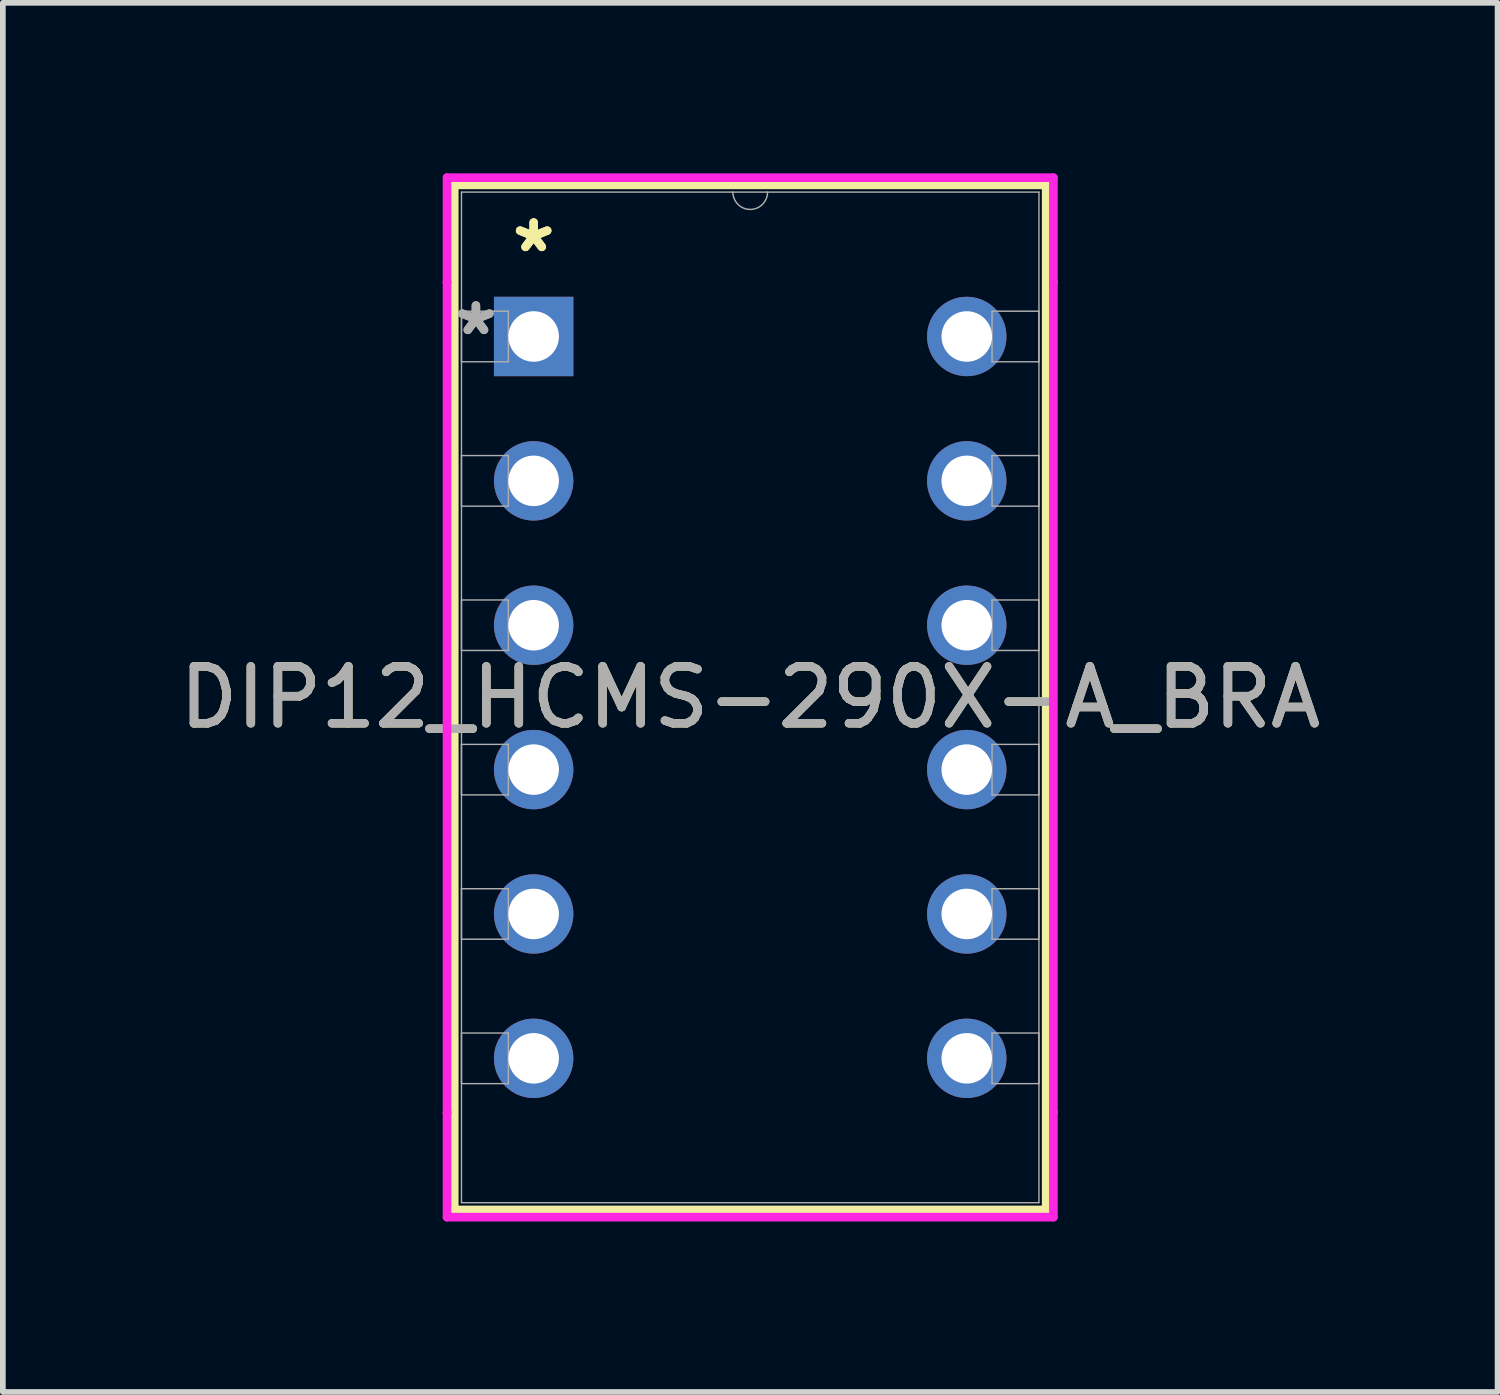
<source format=kicad_pcb>
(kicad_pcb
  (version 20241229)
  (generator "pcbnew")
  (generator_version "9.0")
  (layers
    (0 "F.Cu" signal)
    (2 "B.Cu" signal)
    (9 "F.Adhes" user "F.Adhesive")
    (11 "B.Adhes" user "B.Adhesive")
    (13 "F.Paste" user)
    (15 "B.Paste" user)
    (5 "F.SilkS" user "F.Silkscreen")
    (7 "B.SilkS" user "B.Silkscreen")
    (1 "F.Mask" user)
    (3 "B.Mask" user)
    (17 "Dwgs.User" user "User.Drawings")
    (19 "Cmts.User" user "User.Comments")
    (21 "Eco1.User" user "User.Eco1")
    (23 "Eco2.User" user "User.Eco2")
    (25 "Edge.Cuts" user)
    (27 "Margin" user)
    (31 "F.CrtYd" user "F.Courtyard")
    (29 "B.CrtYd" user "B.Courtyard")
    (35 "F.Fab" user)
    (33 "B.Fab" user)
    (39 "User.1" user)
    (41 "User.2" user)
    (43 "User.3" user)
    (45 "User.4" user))
  (footprint "DIP12_HCMS-290X-A_BRA"
    (layer "F.Cu")
    (at 6.339 2.87)
    (property "Reference" "DIP12_HCMS-290X-A_BRA" (at 3.81 6.35 0) (unlocked yes) (layer "F.SilkS") (effects (font (size 1 1) (thickness 0.15))))
    (attr through_hole)
    (fp_line (start -1.397 -2.667) (end -1.397 15.367) (stroke (width 0.152) (type solid)) (layer "F.SilkS"))
    (fp_line (start -1.397 15.367) (end 9.017 15.367) (stroke (width 0.152) (type solid)) (layer "F.SilkS"))
    (fp_line (start 9.017 -2.667) (end -1.397 -2.667) (stroke (width 0.152) (type solid)) (layer "F.SilkS"))
    (fp_line (start 9.017 15.367) (end 9.017 -2.667) (stroke (width 0.152) (type solid)) (layer "F.SilkS"))
    (fp_line (start -1.524 -2.794) (end 9.144 -2.794) (stroke (width 0.152) (type solid)) (layer "F.CrtYd"))
    (fp_line (start -1.524 -0.953) (end -1.524 -2.794) (stroke (width 0.152) (type solid)) (layer "F.CrtYd"))
    (fp_line (start -1.524 -0.953) (end -1.524 -0.953) (stroke (width 0.152) (type solid)) (layer "F.CrtYd"))
    (fp_line (start -1.524 13.652) (end -1.524 -0.953) (stroke (width 0.152) (type solid)) (layer "F.CrtYd"))
    (fp_line (start -1.524 13.652) (end -1.524 13.652) (stroke (width 0.152) (type solid)) (layer "F.CrtYd"))
    (fp_line (start -1.524 15.494) (end -1.524 13.652) (stroke (width 0.152) (type solid)) (layer "F.CrtYd"))
    (fp_line (start 9.144 -2.794) (end 9.144 -0.953) (stroke (width 0.152) (type solid)) (layer "F.CrtYd"))
    (fp_line (start 9.144 -0.953) (end 9.144 -0.953) (stroke (width 0.152) (type solid)) (layer "F.CrtYd"))
    (fp_line (start 9.144 -0.953) (end 9.144 13.652) (stroke (width 0.152) (type solid)) (layer "F.CrtYd"))
    (fp_line (start 9.144 13.652) (end 9.144 13.652) (stroke (width 0.152) (type solid)) (layer "F.CrtYd"))
    (fp_line (start 9.144 13.652) (end 9.144 15.494) (stroke (width 0.152) (type solid)) (layer "F.CrtYd"))
    (fp_line (start 9.144 15.494) (end -1.524 15.494) (stroke (width 0.152) (type solid)) (layer "F.CrtYd"))
    (fp_line (start -1.27 -2.54) (end -1.27 15.24) (stroke (width 0.025) (type solid)) (layer "F.Fab"))
    (fp_line (start -1.27 -0.445) (end -0.445 -0.445) (stroke (width 0.025) (type solid)) (layer "F.Fab"))
    (fp_line (start -1.27 0.445) (end -1.27 -0.445) (stroke (width 0.025) (type solid)) (layer "F.Fab"))
    (fp_line (start -1.27 2.095) (end -0.445 2.095) (stroke (width 0.025) (type solid)) (layer "F.Fab"))
    (fp_line (start -1.27 2.985) (end -1.27 2.095) (stroke (width 0.025) (type solid)) (layer "F.Fab"))
    (fp_line (start -1.27 4.636) (end -0.445 4.636) (stroke (width 0.025) (type solid)) (layer "F.Fab"))
    (fp_line (start -1.27 5.524) (end -1.27 4.636) (stroke (width 0.025) (type solid)) (layer "F.Fab"))
    (fp_line (start -1.27 7.176) (end -0.445 7.176) (stroke (width 0.025) (type solid)) (layer "F.Fab"))
    (fp_line (start -1.27 8.065) (end -1.27 7.176) (stroke (width 0.025) (type solid)) (layer "F.Fab"))
    (fp_line (start -1.27 9.716) (end -0.445 9.716) (stroke (width 0.025) (type solid)) (layer "F.Fab"))
    (fp_line (start -1.27 10.604) (end -1.27 9.716) (stroke (width 0.025) (type solid)) (layer "F.Fab"))
    (fp_line (start -1.27 12.255) (end -0.445 12.255) (stroke (width 0.025) (type solid)) (layer "F.Fab"))
    (fp_line (start -1.27 13.145) (end -1.27 12.255) (stroke (width 0.025) (type solid)) (layer "F.Fab"))
    (fp_line (start -1.27 15.24) (end 8.89 15.24) (stroke (width 0.025) (type solid)) (layer "F.Fab"))
    (fp_line (start -0.445 -0.445) (end -0.445 0.445) (stroke (width 0.025) (type solid)) (layer "F.Fab"))
    (fp_line (start -0.445 0.445) (end -1.27 0.445) (stroke (width 0.025) (type solid)) (layer "F.Fab"))
    (fp_line (start -0.445 2.095) (end -0.445 2.985) (stroke (width 0.025) (type solid)) (layer "F.Fab"))
    (fp_line (start -0.445 2.985) (end -1.27 2.985) (stroke (width 0.025) (type solid)) (layer "F.Fab"))
    (fp_line (start -0.445 4.636) (end -0.445 5.524) (stroke (width 0.025) (type solid)) (layer "F.Fab"))
    (fp_line (start -0.445 5.524) (end -1.27 5.524) (stroke (width 0.025) (type solid)) (layer "F.Fab"))
    (fp_line (start -0.445 7.176) (end -0.445 8.065) (stroke (width 0.025) (type solid)) (layer "F.Fab"))
    (fp_line (start -0.445 8.065) (end -1.27 8.065) (stroke (width 0.025) (type solid)) (layer "F.Fab"))
    (fp_line (start -0.445 9.716) (end -0.445 10.604) (stroke (width 0.025) (type solid)) (layer "F.Fab"))
    (fp_line (start -0.445 10.604) (end -1.27 10.604) (stroke (width 0.025) (type solid)) (layer "F.Fab"))
    (fp_line (start -0.445 12.255) (end -0.445 13.145) (stroke (width 0.025) (type solid)) (layer "F.Fab"))
    (fp_line (start -0.445 13.145) (end -1.27 13.145) (stroke (width 0.025) (type solid)) (layer "F.Fab"))
    (fp_line (start 8.065 -0.445) (end 8.89 -0.445) (stroke (width 0.025) (type solid)) (layer "F.Fab"))
    (fp_line (start 8.065 0.445) (end 8.065 -0.445) (stroke (width 0.025) (type solid)) (layer "F.Fab"))
    (fp_line (start 8.065 2.095) (end 8.89 2.095) (stroke (width 0.025) (type solid)) (layer "F.Fab"))
    (fp_line (start 8.065 2.985) (end 8.065 2.095) (stroke (width 0.025) (type solid)) (layer "F.Fab"))
    (fp_line (start 8.065 4.636) (end 8.89 4.636) (stroke (width 0.025) (type solid)) (layer "F.Fab"))
    (fp_line (start 8.065 5.524) (end 8.065 4.636) (stroke (width 0.025) (type solid)) (layer "F.Fab"))
    (fp_line (start 8.065 7.176) (end 8.89 7.176) (stroke (width 0.025) (type solid)) (layer "F.Fab"))
    (fp_line (start 8.065 8.065) (end 8.065 7.176) (stroke (width 0.025) (type solid)) (layer "F.Fab"))
    (fp_line (start 8.065 9.716) (end 8.89 9.716) (stroke (width 0.025) (type solid)) (layer "F.Fab"))
    (fp_line (start 8.065 10.604) (end 8.065 9.716) (stroke (width 0.025) (type solid)) (layer "F.Fab"))
    (fp_line (start 8.065 12.255) (end 8.89 12.255) (stroke (width 0.025) (type solid)) (layer "F.Fab"))
    (fp_line (start 8.065 13.145) (end 8.065 12.255) (stroke (width 0.025) (type solid)) (layer "F.Fab"))
    (fp_line (start 8.89 -2.54) (end -1.27 -2.54) (stroke (width 0.025) (type solid)) (layer "F.Fab"))
    (fp_line (start 8.89 -0.445) (end 8.89 0.445) (stroke (width 0.025) (type solid)) (layer "F.Fab"))
    (fp_line (start 8.89 0.445) (end 8.065 0.445) (stroke (width 0.025) (type solid)) (layer "F.Fab"))
    (fp_line (start 8.89 2.095) (end 8.89 2.985) (stroke (width 0.025) (type solid)) (layer "F.Fab"))
    (fp_line (start 8.89 2.985) (end 8.065 2.985) (stroke (width 0.025) (type solid)) (layer "F.Fab"))
    (fp_line (start 8.89 4.636) (end 8.89 5.524) (stroke (width 0.025) (type solid)) (layer "F.Fab"))
    (fp_line (start 8.89 5.524) (end 8.065 5.524) (stroke (width 0.025) (type solid)) (layer "F.Fab"))
    (fp_line (start 8.89 7.176) (end 8.89 8.065) (stroke (width 0.025) (type solid)) (layer "F.Fab"))
    (fp_line (start 8.89 8.065) (end 8.065 8.065) (stroke (width 0.025) (type solid)) (layer "F.Fab"))
    (fp_line (start 8.89 9.716) (end 8.89 10.604) (stroke (width 0.025) (type solid)) (layer "F.Fab"))
    (fp_line (start 8.89 10.604) (end 8.065 10.604) (stroke (width 0.025) (type solid)) (layer "F.Fab"))
    (fp_line (start 8.89 12.255) (end 8.89 13.145) (stroke (width 0.025) (type solid)) (layer "F.Fab"))
    (fp_line (start 8.89 13.145) (end 8.065 13.145) (stroke (width 0.025) (type solid)) (layer "F.Fab"))
    (fp_line (start 8.89 15.24) (end 8.89 -2.54) (stroke (width 0.025) (type solid)) (layer "F.Fab"))
    (fp_arc (start 4.1148 -2.54) (mid 3.81 -2.2352) (end 3.5052 -2.54) (stroke (width 0.0254) (type solid)) (layer "F.Fab"))
    (fp_text user "*" (at 0 -1.46 0) (unlocked yes) (layer "F.SilkS") (effects (font (size 1 1) (thickness 0.15))))
    (fp_text user "*" (at 0 -1.46 0) (layer "F.SilkS") (effects (font (size 1 1) (thickness 0.15))))
    (fp_text user "${REFERENCE}" (at 3.81 6.35 0) (unlocked yes) (layer "F.Fab") (effects (font (size 1 1) (thickness 0.15))))
    (fp_text user "*" (at -1.016 0 0) (layer "F.Fab") (effects (font (size 1 1) (thickness 0.15))))
    (fp_text user "*" (at -1.016 0 0) (unlocked yes) (layer "F.Fab") (effects (font (size 1 1) (thickness 0.15))))
    (pad "1" thru_hole rect (at 0 0) (size 1.397 1.397) (drill 0.889) (layers "*.Cu" "*.Mask"))
    (pad "2" thru_hole circle (at 0 2.54) (size 1.397 1.397) (drill 0.889) (layers "*.Cu" "*.Mask"))
    (pad "3" thru_hole circle (at 0 5.08) (size 1.397 1.397) (drill 0.889) (layers "*.Cu" "*.Mask"))
    (pad "4" thru_hole circle (at 0 7.62) (size 1.397 1.397) (drill 0.889) (layers "*.Cu" "*.Mask"))
    (pad "5" thru_hole circle (at 0 10.16) (size 1.397 1.397) (drill 0.889) (layers "*.Cu" "*.Mask"))
    (pad "6" thru_hole circle (at 0 12.7) (size 1.397 1.397) (drill 0.889) (layers "*.Cu" "*.Mask"))
    (pad "7" thru_hole circle (at 7.62 12.7) (size 1.397 1.397) (drill 0.889) (layers "*.Cu" "*.Mask"))
    (pad "8" thru_hole circle (at 7.62 10.16) (size 1.397 1.397) (drill 0.889) (layers "*.Cu" "*.Mask"))
    (pad "9" thru_hole circle (at 7.62 7.62) (size 1.397 1.397) (drill 0.889) (layers "*.Cu" "*.Mask"))
    (pad "10" thru_hole circle (at 7.62 5.08) (size 1.397 1.397) (drill 0.889) (layers "*.Cu" "*.Mask"))
    (pad "11" thru_hole circle (at 7.62 2.54) (size 1.397 1.397) (drill 0.889) (layers "*.Cu" "*.Mask"))
    (pad "12" thru_hole circle (at 7.62 0) (size 1.397 1.397) (drill 0.889) (layers "*.Cu" "*.Mask")))
  (gr_rect
    (start -3 -3)
    (end 23.298 21.44)
    (stroke (width 0.1) (type default))
    (fill no)
    (layer "Edge.Cuts")))
</source>
